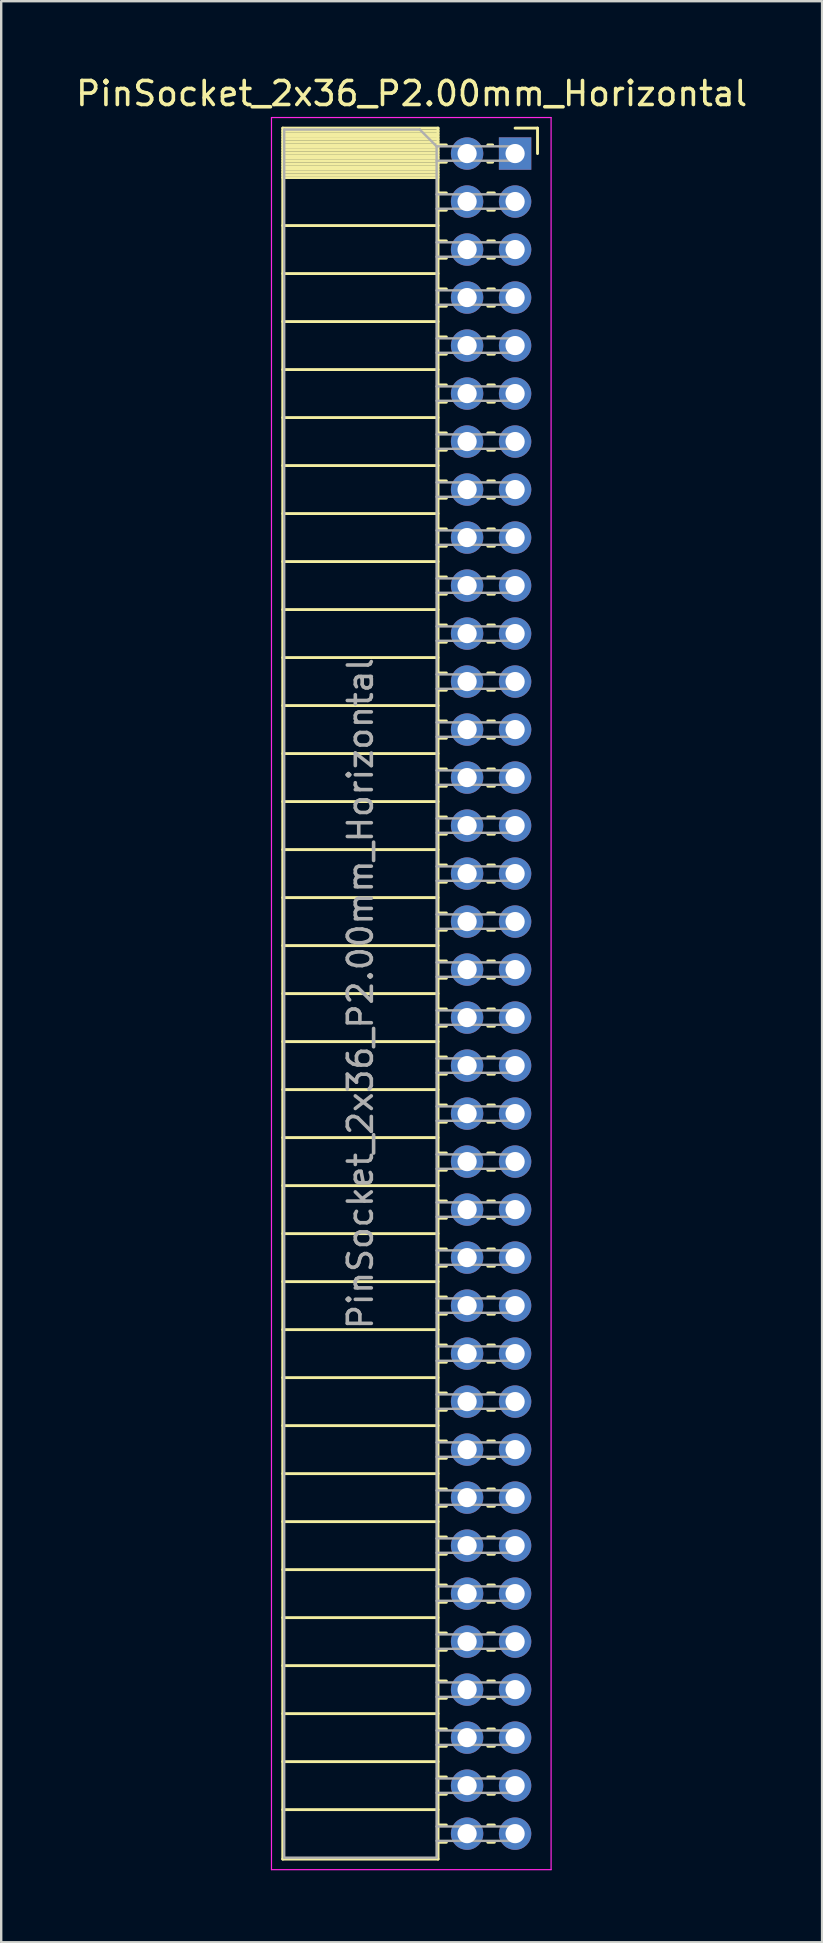
<source format=kicad_pcb>
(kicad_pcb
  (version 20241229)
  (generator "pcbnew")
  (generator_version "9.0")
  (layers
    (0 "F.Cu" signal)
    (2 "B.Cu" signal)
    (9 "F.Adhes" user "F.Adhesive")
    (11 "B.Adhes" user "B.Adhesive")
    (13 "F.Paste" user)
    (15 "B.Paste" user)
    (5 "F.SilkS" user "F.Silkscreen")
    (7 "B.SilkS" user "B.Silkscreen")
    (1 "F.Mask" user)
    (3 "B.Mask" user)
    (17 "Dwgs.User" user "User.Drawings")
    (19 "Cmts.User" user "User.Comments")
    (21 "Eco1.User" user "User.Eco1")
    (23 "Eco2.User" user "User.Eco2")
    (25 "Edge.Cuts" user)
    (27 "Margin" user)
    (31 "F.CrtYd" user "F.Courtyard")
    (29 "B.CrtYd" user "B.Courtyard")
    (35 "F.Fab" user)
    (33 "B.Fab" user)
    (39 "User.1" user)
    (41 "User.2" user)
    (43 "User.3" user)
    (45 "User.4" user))
  (footprint "PinSocket_2x36_P2.00mm_Horizontal"
    (layer "F.Cu")
    (at 18.411 3.348)
    (property "Reference" "PinSocket_2x36_P2.00mm_Horizontal" (at -4.31 -2.5 0) (layer "F.SilkS") (effects (font (size 1 1) (thickness 0.15))))
    (attr through_hole)
    (fp_line (start -9.68 -1.06) (end -9.68 71.06) (stroke (width 0.12) (type solid)) (layer "F.SilkS"))
    (fp_line (start -9.68 -1.06) (end -3.21 -1.06) (stroke (width 0.12) (type solid)) (layer "F.SilkS"))
    (fp_line (start -9.68 -0.94) (end -3.21 -0.94) (stroke (width 0.12) (type solid)) (layer "F.SilkS"))
    (fp_line (start -9.68 -0.826) (end -3.21 -0.826) (stroke (width 0.12) (type solid)) (layer "F.SilkS"))
    (fp_line (start -9.68 -0.712) (end -3.21 -0.712) (stroke (width 0.12) (type solid)) (layer "F.SilkS"))
    (fp_line (start -9.68 -0.598) (end -3.21 -0.598) (stroke (width 0.12) (type solid)) (layer "F.SilkS"))
    (fp_line (start -9.68 -0.484) (end -3.21 -0.484) (stroke (width 0.12) (type solid)) (layer "F.SilkS"))
    (fp_line (start -9.68 -0.369) (end -3.21 -0.369) (stroke (width 0.12) (type solid)) (layer "F.SilkS"))
    (fp_line (start -9.68 -0.255) (end -3.21 -0.255) (stroke (width 0.12) (type solid)) (layer "F.SilkS"))
    (fp_line (start -9.68 -0.141) (end -3.21 -0.141) (stroke (width 0.12) (type solid)) (layer "F.SilkS"))
    (fp_line (start -9.68 -0.027) (end -3.21 -0.027) (stroke (width 0.12) (type solid)) (layer "F.SilkS"))
    (fp_line (start -9.68 0.087) (end -3.21 0.087) (stroke (width 0.12) (type solid)) (layer "F.SilkS"))
    (fp_line (start -9.68 0.201) (end -3.21 0.201) (stroke (width 0.12) (type solid)) (layer "F.SilkS"))
    (fp_line (start -9.68 0.315) (end -3.21 0.315) (stroke (width 0.12) (type solid)) (layer "F.SilkS"))
    (fp_line (start -9.68 0.429) (end -3.21 0.429) (stroke (width 0.12) (type solid)) (layer "F.SilkS"))
    (fp_line (start -9.68 0.544) (end -3.21 0.544) (stroke (width 0.12) (type solid)) (layer "F.SilkS"))
    (fp_line (start -9.68 0.658) (end -3.21 0.658) (stroke (width 0.12) (type solid)) (layer "F.SilkS"))
    (fp_line (start -9.68 0.772) (end -3.21 0.772) (stroke (width 0.12) (type solid)) (layer "F.SilkS"))
    (fp_line (start -9.68 0.886) (end -3.21 0.886) (stroke (width 0.12) (type solid)) (layer "F.SilkS"))
    (fp_line (start -9.68 1) (end -3.21 1) (stroke (width 0.12) (type solid)) (layer "F.SilkS"))
    (fp_line (start -9.68 3) (end -3.21 3) (stroke (width 0.12) (type solid)) (layer "F.SilkS"))
    (fp_line (start -9.68 5) (end -3.21 5) (stroke (width 0.12) (type solid)) (layer "F.SilkS"))
    (fp_line (start -9.68 7) (end -3.21 7) (stroke (width 0.12) (type solid)) (layer "F.SilkS"))
    (fp_line (start -9.68 9) (end -3.21 9) (stroke (width 0.12) (type solid)) (layer "F.SilkS"))
    (fp_line (start -9.68 11) (end -3.21 11) (stroke (width 0.12) (type solid)) (layer "F.SilkS"))
    (fp_line (start -9.68 13) (end -3.21 13) (stroke (width 0.12) (type solid)) (layer "F.SilkS"))
    (fp_line (start -9.68 15) (end -3.21 15) (stroke (width 0.12) (type solid)) (layer "F.SilkS"))
    (fp_line (start -9.68 17) (end -3.21 17) (stroke (width 0.12) (type solid)) (layer "F.SilkS"))
    (fp_line (start -9.68 19) (end -3.21 19) (stroke (width 0.12) (type solid)) (layer "F.SilkS"))
    (fp_line (start -9.68 21) (end -3.21 21) (stroke (width 0.12) (type solid)) (layer "F.SilkS"))
    (fp_line (start -9.68 23) (end -3.21 23) (stroke (width 0.12) (type solid)) (layer "F.SilkS"))
    (fp_line (start -9.68 25) (end -3.21 25) (stroke (width 0.12) (type solid)) (layer "F.SilkS"))
    (fp_line (start -9.68 27) (end -3.21 27) (stroke (width 0.12) (type solid)) (layer "F.SilkS"))
    (fp_line (start -9.68 29) (end -3.21 29) (stroke (width 0.12) (type solid)) (layer "F.SilkS"))
    (fp_line (start -9.68 31) (end -3.21 31) (stroke (width 0.12) (type solid)) (layer "F.SilkS"))
    (fp_line (start -9.68 33) (end -3.21 33) (stroke (width 0.12) (type solid)) (layer "F.SilkS"))
    (fp_line (start -9.68 35) (end -3.21 35) (stroke (width 0.12) (type solid)) (layer "F.SilkS"))
    (fp_line (start -9.68 37) (end -3.21 37) (stroke (width 0.12) (type solid)) (layer "F.SilkS"))
    (fp_line (start -9.68 39) (end -3.21 39) (stroke (width 0.12) (type solid)) (layer "F.SilkS"))
    (fp_line (start -9.68 41) (end -3.21 41) (stroke (width 0.12) (type solid)) (layer "F.SilkS"))
    (fp_line (start -9.68 43) (end -3.21 43) (stroke (width 0.12) (type solid)) (layer "F.SilkS"))
    (fp_line (start -9.68 45) (end -3.21 45) (stroke (width 0.12) (type solid)) (layer "F.SilkS"))
    (fp_line (start -9.68 47) (end -3.21 47) (stroke (width 0.12) (type solid)) (layer "F.SilkS"))
    (fp_line (start -9.68 49) (end -3.21 49) (stroke (width 0.12) (type solid)) (layer "F.SilkS"))
    (fp_line (start -9.68 51) (end -3.21 51) (stroke (width 0.12) (type solid)) (layer "F.SilkS"))
    (fp_line (start -9.68 53) (end -3.21 53) (stroke (width 0.12) (type solid)) (layer "F.SilkS"))
    (fp_line (start -9.68 55) (end -3.21 55) (stroke (width 0.12) (type solid)) (layer "F.SilkS"))
    (fp_line (start -9.68 57) (end -3.21 57) (stroke (width 0.12) (type solid)) (layer "F.SilkS"))
    (fp_line (start -9.68 59) (end -3.21 59) (stroke (width 0.12) (type solid)) (layer "F.SilkS"))
    (fp_line (start -9.68 61) (end -3.21 61) (stroke (width 0.12) (type solid)) (layer "F.SilkS"))
    (fp_line (start -9.68 63) (end -3.21 63) (stroke (width 0.12) (type solid)) (layer "F.SilkS"))
    (fp_line (start -9.68 65) (end -3.21 65) (stroke (width 0.12) (type solid)) (layer "F.SilkS"))
    (fp_line (start -9.68 67) (end -3.21 67) (stroke (width 0.12) (type solid)) (layer "F.SilkS"))
    (fp_line (start -9.68 69) (end -3.21 69) (stroke (width 0.12) (type solid)) (layer "F.SilkS"))
    (fp_line (start -9.68 71.06) (end -3.21 71.06) (stroke (width 0.12) (type solid)) (layer "F.SilkS"))
    (fp_line (start -3.21 -1.06) (end -3.21 71.06) (stroke (width 0.12) (type solid)) (layer "F.SilkS"))
    (fp_line (start -3.21 -0.36) (end -2.863 -0.36) (stroke (width 0.12) (type solid)) (layer "F.SilkS"))
    (fp_line (start -3.21 0.36) (end -2.863 0.36) (stroke (width 0.12) (type solid)) (layer "F.SilkS"))
    (fp_line (start -3.21 1.64) (end -2.863 1.64) (stroke (width 0.12) (type solid)) (layer "F.SilkS"))
    (fp_line (start -3.21 2.36) (end -2.863 2.36) (stroke (width 0.12) (type solid)) (layer "F.SilkS"))
    (fp_line (start -3.21 3.64) (end -2.863 3.64) (stroke (width 0.12) (type solid)) (layer "F.SilkS"))
    (fp_line (start -3.21 4.36) (end -2.863 4.36) (stroke (width 0.12) (type solid)) (layer "F.SilkS"))
    (fp_line (start -3.21 5.64) (end -2.863 5.64) (stroke (width 0.12) (type solid)) (layer "F.SilkS"))
    (fp_line (start -3.21 6.36) (end -2.863 6.36) (stroke (width 0.12) (type solid)) (layer "F.SilkS"))
    (fp_line (start -3.21 7.64) (end -2.863 7.64) (stroke (width 0.12) (type solid)) (layer "F.SilkS"))
    (fp_line (start -3.21 8.36) (end -2.863 8.36) (stroke (width 0.12) (type solid)) (layer "F.SilkS"))
    (fp_line (start -3.21 9.64) (end -2.863 9.64) (stroke (width 0.12) (type solid)) (layer "F.SilkS"))
    (fp_line (start -3.21 10.36) (end -2.863 10.36) (stroke (width 0.12) (type solid)) (layer "F.SilkS"))
    (fp_line (start -3.21 11.64) (end -2.863 11.64) (stroke (width 0.12) (type solid)) (layer "F.SilkS"))
    (fp_line (start -3.21 12.36) (end -2.863 12.36) (stroke (width 0.12) (type solid)) (layer "F.SilkS"))
    (fp_line (start -3.21 13.64) (end -2.863 13.64) (stroke (width 0.12) (type solid)) (layer "F.SilkS"))
    (fp_line (start -3.21 14.36) (end -2.863 14.36) (stroke (width 0.12) (type solid)) (layer "F.SilkS"))
    (fp_line (start -3.21 15.64) (end -2.863 15.64) (stroke (width 0.12) (type solid)) (layer "F.SilkS"))
    (fp_line (start -3.21 16.36) (end -2.863 16.36) (stroke (width 0.12) (type solid)) (layer "F.SilkS"))
    (fp_line (start -3.21 17.64) (end -2.863 17.64) (stroke (width 0.12) (type solid)) (layer "F.SilkS"))
    (fp_line (start -3.21 18.36) (end -2.863 18.36) (stroke (width 0.12) (type solid)) (layer "F.SilkS"))
    (fp_line (start -3.21 19.64) (end -2.863 19.64) (stroke (width 0.12) (type solid)) (layer "F.SilkS"))
    (fp_line (start -3.21 20.36) (end -2.863 20.36) (stroke (width 0.12) (type solid)) (layer "F.SilkS"))
    (fp_line (start -3.21 21.64) (end -2.863 21.64) (stroke (width 0.12) (type solid)) (layer "F.SilkS"))
    (fp_line (start -3.21 22.36) (end -2.863 22.36) (stroke (width 0.12) (type solid)) (layer "F.SilkS"))
    (fp_line (start -3.21 23.64) (end -2.863 23.64) (stroke (width 0.12) (type solid)) (layer "F.SilkS"))
    (fp_line (start -3.21 24.36) (end -2.863 24.36) (stroke (width 0.12) (type solid)) (layer "F.SilkS"))
    (fp_line (start -3.21 25.64) (end -2.863 25.64) (stroke (width 0.12) (type solid)) (layer "F.SilkS"))
    (fp_line (start -3.21 26.36) (end -2.863 26.36) (stroke (width 0.12) (type solid)) (layer "F.SilkS"))
    (fp_line (start -3.21 27.64) (end -2.863 27.64) (stroke (width 0.12) (type solid)) (layer "F.SilkS"))
    (fp_line (start -3.21 28.36) (end -2.863 28.36) (stroke (width 0.12) (type solid)) (layer "F.SilkS"))
    (fp_line (start -3.21 29.64) (end -2.863 29.64) (stroke (width 0.12) (type solid)) (layer "F.SilkS"))
    (fp_line (start -3.21 30.36) (end -2.863 30.36) (stroke (width 0.12) (type solid)) (layer "F.SilkS"))
    (fp_line (start -3.21 31.64) (end -2.863 31.64) (stroke (width 0.12) (type solid)) (layer "F.SilkS"))
    (fp_line (start -3.21 32.36) (end -2.863 32.36) (stroke (width 0.12) (type solid)) (layer "F.SilkS"))
    (fp_line (start -3.21 33.64) (end -2.863 33.64) (stroke (width 0.12) (type solid)) (layer "F.SilkS"))
    (fp_line (start -3.21 34.36) (end -2.863 34.36) (stroke (width 0.12) (type solid)) (layer "F.SilkS"))
    (fp_line (start -3.21 35.64) (end -2.863 35.64) (stroke (width 0.12) (type solid)) (layer "F.SilkS"))
    (fp_line (start -3.21 36.36) (end -2.863 36.36) (stroke (width 0.12) (type solid)) (layer "F.SilkS"))
    (fp_line (start -3.21 37.64) (end -2.863 37.64) (stroke (width 0.12) (type solid)) (layer "F.SilkS"))
    (fp_line (start -3.21 38.36) (end -2.863 38.36) (stroke (width 0.12) (type solid)) (layer "F.SilkS"))
    (fp_line (start -3.21 39.64) (end -2.863 39.64) (stroke (width 0.12) (type solid)) (layer "F.SilkS"))
    (fp_line (start -3.21 40.36) (end -2.863 40.36) (stroke (width 0.12) (type solid)) (layer "F.SilkS"))
    (fp_line (start -3.21 41.64) (end -2.863 41.64) (stroke (width 0.12) (type solid)) (layer "F.SilkS"))
    (fp_line (start -3.21 42.36) (end -2.863 42.36) (stroke (width 0.12) (type solid)) (layer "F.SilkS"))
    (fp_line (start -3.21 43.64) (end -2.863 43.64) (stroke (width 0.12) (type solid)) (layer "F.SilkS"))
    (fp_line (start -3.21 44.36) (end -2.863 44.36) (stroke (width 0.12) (type solid)) (layer "F.SilkS"))
    (fp_line (start -3.21 45.64) (end -2.863 45.64) (stroke (width 0.12) (type solid)) (layer "F.SilkS"))
    (fp_line (start -3.21 46.36) (end -2.863 46.36) (stroke (width 0.12) (type solid)) (layer "F.SilkS"))
    (fp_line (start -3.21 47.64) (end -2.863 47.64) (stroke (width 0.12) (type solid)) (layer "F.SilkS"))
    (fp_line (start -3.21 48.36) (end -2.863 48.36) (stroke (width 0.12) (type solid)) (layer "F.SilkS"))
    (fp_line (start -3.21 49.64) (end -2.863 49.64) (stroke (width 0.12) (type solid)) (layer "F.SilkS"))
    (fp_line (start -3.21 50.36) (end -2.863 50.36) (stroke (width 0.12) (type solid)) (layer "F.SilkS"))
    (fp_line (start -3.21 51.64) (end -2.863 51.64) (stroke (width 0.12) (type solid)) (layer "F.SilkS"))
    (fp_line (start -3.21 52.36) (end -2.863 52.36) (stroke (width 0.12) (type solid)) (layer "F.SilkS"))
    (fp_line (start -3.21 53.64) (end -2.863 53.64) (stroke (width 0.12) (type solid)) (layer "F.SilkS"))
    (fp_line (start -3.21 54.36) (end -2.863 54.36) (stroke (width 0.12) (type solid)) (layer "F.SilkS"))
    (fp_line (start -3.21 55.64) (end -2.863 55.64) (stroke (width 0.12) (type solid)) (layer "F.SilkS"))
    (fp_line (start -3.21 56.36) (end -2.863 56.36) (stroke (width 0.12) (type solid)) (layer "F.SilkS"))
    (fp_line (start -3.21 57.64) (end -2.863 57.64) (stroke (width 0.12) (type solid)) (layer "F.SilkS"))
    (fp_line (start -3.21 58.36) (end -2.863 58.36) (stroke (width 0.12) (type solid)) (layer "F.SilkS"))
    (fp_line (start -3.21 59.64) (end -2.863 59.64) (stroke (width 0.12) (type solid)) (layer "F.SilkS"))
    (fp_line (start -3.21 60.36) (end -2.863 60.36) (stroke (width 0.12) (type solid)) (layer "F.SilkS"))
    (fp_line (start -3.21 61.64) (end -2.863 61.64) (stroke (width 0.12) (type solid)) (layer "F.SilkS"))
    (fp_line (start -3.21 62.36) (end -2.863 62.36) (stroke (width 0.12) (type solid)) (layer "F.SilkS"))
    (fp_line (start -3.21 63.64) (end -2.863 63.64) (stroke (width 0.12) (type solid)) (layer "F.SilkS"))
    (fp_line (start -3.21 64.36) (end -2.863 64.36) (stroke (width 0.12) (type solid)) (layer "F.SilkS"))
    (fp_line (start -3.21 65.64) (end -2.863 65.64) (stroke (width 0.12) (type solid)) (layer "F.SilkS"))
    (fp_line (start -3.21 66.36) (end -2.863 66.36) (stroke (width 0.12) (type solid)) (layer "F.SilkS"))
    (fp_line (start -3.21 67.64) (end -2.863 67.64) (stroke (width 0.12) (type solid)) (layer "F.SilkS"))
    (fp_line (start -3.21 68.36) (end -2.863 68.36) (stroke (width 0.12) (type solid)) (layer "F.SilkS"))
    (fp_line (start -3.21 69.64) (end -2.863 69.64) (stroke (width 0.12) (type solid)) (layer "F.SilkS"))
    (fp_line (start -3.21 70.36) (end -2.863 70.36) (stroke (width 0.12) (type solid)) (layer "F.SilkS"))
    (fp_line (start -1.137 -0.36) (end -0.935 -0.36) (stroke (width 0.12) (type solid)) (layer "F.SilkS"))
    (fp_line (start -1.137 0.36) (end -0.935 0.36) (stroke (width 0.12) (type solid)) (layer "F.SilkS"))
    (fp_line (start -1.137 1.64) (end -0.863 1.64) (stroke (width 0.12) (type solid)) (layer "F.SilkS"))
    (fp_line (start -1.137 2.36) (end -0.863 2.36) (stroke (width 0.12) (type solid)) (layer "F.SilkS"))
    (fp_line (start -1.137 3.64) (end -0.863 3.64) (stroke (width 0.12) (type solid)) (layer "F.SilkS"))
    (fp_line (start -1.137 4.36) (end -0.863 4.36) (stroke (width 0.12) (type solid)) (layer "F.SilkS"))
    (fp_line (start -1.137 5.64) (end -0.863 5.64) (stroke (width 0.12) (type solid)) (layer "F.SilkS"))
    (fp_line (start -1.137 6.36) (end -0.863 6.36) (stroke (width 0.12) (type solid)) (layer "F.SilkS"))
    (fp_line (start -1.137 7.64) (end -0.863 7.64) (stroke (width 0.12) (type solid)) (layer "F.SilkS"))
    (fp_line (start -1.137 8.36) (end -0.863 8.36) (stroke (width 0.12) (type solid)) (layer "F.SilkS"))
    (fp_line (start -1.137 9.64) (end -0.863 9.64) (stroke (width 0.12) (type solid)) (layer "F.SilkS"))
    (fp_line (start -1.137 10.36) (end -0.863 10.36) (stroke (width 0.12) (type solid)) (layer "F.SilkS"))
    (fp_line (start -1.137 11.64) (end -0.863 11.64) (stroke (width 0.12) (type solid)) (layer "F.SilkS"))
    (fp_line (start -1.137 12.36) (end -0.863 12.36) (stroke (width 0.12) (type solid)) (layer "F.SilkS"))
    (fp_line (start -1.137 13.64) (end -0.863 13.64) (stroke (width 0.12) (type solid)) (layer "F.SilkS"))
    (fp_line (start -1.137 14.36) (end -0.863 14.36) (stroke (width 0.12) (type solid)) (layer "F.SilkS"))
    (fp_line (start -1.137 15.64) (end -0.863 15.64) (stroke (width 0.12) (type solid)) (layer "F.SilkS"))
    (fp_line (start -1.137 16.36) (end -0.863 16.36) (stroke (width 0.12) (type solid)) (layer "F.SilkS"))
    (fp_line (start -1.137 17.64) (end -0.863 17.64) (stroke (width 0.12) (type solid)) (layer "F.SilkS"))
    (fp_line (start -1.137 18.36) (end -0.863 18.36) (stroke (width 0.12) (type solid)) (layer "F.SilkS"))
    (fp_line (start -1.137 19.64) (end -0.863 19.64) (stroke (width 0.12) (type solid)) (layer "F.SilkS"))
    (fp_line (start -1.137 20.36) (end -0.863 20.36) (stroke (width 0.12) (type solid)) (layer "F.SilkS"))
    (fp_line (start -1.137 21.64) (end -0.863 21.64) (stroke (width 0.12) (type solid)) (layer "F.SilkS"))
    (fp_line (start -1.137 22.36) (end -0.863 22.36) (stroke (width 0.12) (type solid)) (layer "F.SilkS"))
    (fp_line (start -1.137 23.64) (end -0.863 23.64) (stroke (width 0.12) (type solid)) (layer "F.SilkS"))
    (fp_line (start -1.137 24.36) (end -0.863 24.36) (stroke (width 0.12) (type solid)) (layer "F.SilkS"))
    (fp_line (start -1.137 25.64) (end -0.863 25.64) (stroke (width 0.12) (type solid)) (layer "F.SilkS"))
    (fp_line (start -1.137 26.36) (end -0.863 26.36) (stroke (width 0.12) (type solid)) (layer "F.SilkS"))
    (fp_line (start -1.137 27.64) (end -0.863 27.64) (stroke (width 0.12) (type solid)) (layer "F.SilkS"))
    (fp_line (start -1.137 28.36) (end -0.863 28.36) (stroke (width 0.12) (type solid)) (layer "F.SilkS"))
    (fp_line (start -1.137 29.64) (end -0.863 29.64) (stroke (width 0.12) (type solid)) (layer "F.SilkS"))
    (fp_line (start -1.137 30.36) (end -0.863 30.36) (stroke (width 0.12) (type solid)) (layer "F.SilkS"))
    (fp_line (start -1.137 31.64) (end -0.863 31.64) (stroke (width 0.12) (type solid)) (layer "F.SilkS"))
    (fp_line (start -1.137 32.36) (end -0.863 32.36) (stroke (width 0.12) (type solid)) (layer "F.SilkS"))
    (fp_line (start -1.137 33.64) (end -0.863 33.64) (stroke (width 0.12) (type solid)) (layer "F.SilkS"))
    (fp_line (start -1.137 34.36) (end -0.863 34.36) (stroke (width 0.12) (type solid)) (layer "F.SilkS"))
    (fp_line (start -1.137 35.64) (end -0.863 35.64) (stroke (width 0.12) (type solid)) (layer "F.SilkS"))
    (fp_line (start -1.137 36.36) (end -0.863 36.36) (stroke (width 0.12) (type solid)) (layer "F.SilkS"))
    (fp_line (start -1.137 37.64) (end -0.863 37.64) (stroke (width 0.12) (type solid)) (layer "F.SilkS"))
    (fp_line (start -1.137 38.36) (end -0.863 38.36) (stroke (width 0.12) (type solid)) (layer "F.SilkS"))
    (fp_line (start -1.137 39.64) (end -0.863 39.64) (stroke (width 0.12) (type solid)) (layer "F.SilkS"))
    (fp_line (start -1.137 40.36) (end -0.863 40.36) (stroke (width 0.12) (type solid)) (layer "F.SilkS"))
    (fp_line (start -1.137 41.64) (end -0.863 41.64) (stroke (width 0.12) (type solid)) (layer "F.SilkS"))
    (fp_line (start -1.137 42.36) (end -0.863 42.36) (stroke (width 0.12) (type solid)) (layer "F.SilkS"))
    (fp_line (start -1.137 43.64) (end -0.863 43.64) (stroke (width 0.12) (type solid)) (layer "F.SilkS"))
    (fp_line (start -1.137 44.36) (end -0.863 44.36) (stroke (width 0.12) (type solid)) (layer "F.SilkS"))
    (fp_line (start -1.137 45.64) (end -0.863 45.64) (stroke (width 0.12) (type solid)) (layer "F.SilkS"))
    (fp_line (start -1.137 46.36) (end -0.863 46.36) (stroke (width 0.12) (type solid)) (layer "F.SilkS"))
    (fp_line (start -1.137 47.64) (end -0.863 47.64) (stroke (width 0.12) (type solid)) (layer "F.SilkS"))
    (fp_line (start -1.137 48.36) (end -0.863 48.36) (stroke (width 0.12) (type solid)) (layer "F.SilkS"))
    (fp_line (start -1.137 49.64) (end -0.863 49.64) (stroke (width 0.12) (type solid)) (layer "F.SilkS"))
    (fp_line (start -1.137 50.36) (end -0.863 50.36) (stroke (width 0.12) (type solid)) (layer "F.SilkS"))
    (fp_line (start -1.137 51.64) (end -0.863 51.64) (stroke (width 0.12) (type solid)) (layer "F.SilkS"))
    (fp_line (start -1.137 52.36) (end -0.863 52.36) (stroke (width 0.12) (type solid)) (layer "F.SilkS"))
    (fp_line (start -1.137 53.64) (end -0.863 53.64) (stroke (width 0.12) (type solid)) (layer "F.SilkS"))
    (fp_line (start -1.137 54.36) (end -0.863 54.36) (stroke (width 0.12) (type solid)) (layer "F.SilkS"))
    (fp_line (start -1.137 55.64) (end -0.863 55.64) (stroke (width 0.12) (type solid)) (layer "F.SilkS"))
    (fp_line (start -1.137 56.36) (end -0.863 56.36) (stroke (width 0.12) (type solid)) (layer "F.SilkS"))
    (fp_line (start -1.137 57.64) (end -0.863 57.64) (stroke (width 0.12) (type solid)) (layer "F.SilkS"))
    (fp_line (start -1.137 58.36) (end -0.863 58.36) (stroke (width 0.12) (type solid)) (layer "F.SilkS"))
    (fp_line (start -1.137 59.64) (end -0.863 59.64) (stroke (width 0.12) (type solid)) (layer "F.SilkS"))
    (fp_line (start -1.137 60.36) (end -0.863 60.36) (stroke (width 0.12) (type solid)) (layer "F.SilkS"))
    (fp_line (start -1.137 61.64) (end -0.863 61.64) (stroke (width 0.12) (type solid)) (layer "F.SilkS"))
    (fp_line (start -1.137 62.36) (end -0.863 62.36) (stroke (width 0.12) (type solid)) (layer "F.SilkS"))
    (fp_line (start -1.137 63.64) (end -0.863 63.64) (stroke (width 0.12) (type solid)) (layer "F.SilkS"))
    (fp_line (start -1.137 64.36) (end -0.863 64.36) (stroke (width 0.12) (type solid)) (layer "F.SilkS"))
    (fp_line (start -1.137 65.64) (end -0.863 65.64) (stroke (width 0.12) (type solid)) (layer "F.SilkS"))
    (fp_line (start -1.137 66.36) (end -0.863 66.36) (stroke (width 0.12) (type solid)) (layer "F.SilkS"))
    (fp_line (start -1.137 67.64) (end -0.863 67.64) (stroke (width 0.12) (type solid)) (layer "F.SilkS"))
    (fp_line (start -1.137 68.36) (end -0.863 68.36) (stroke (width 0.12) (type solid)) (layer "F.SilkS"))
    (fp_line (start -1.137 69.64) (end -0.863 69.64) (stroke (width 0.12) (type solid)) (layer "F.SilkS"))
    (fp_line (start -1.137 70.36) (end -0.863 70.36) (stroke (width 0.12) (type solid)) (layer "F.SilkS"))
    (fp_line (start 0 -1.06) (end 0.935 -1.06) (stroke (width 0.12) (type solid)) (layer "F.SilkS"))
    (fp_line (start 0.935 -1.06) (end 0.935 0) (stroke (width 0.12) (type solid)) (layer "F.SilkS"))
    (fp_line (start -10.15 -1.5) (end -10.15 71.5) (stroke (width 0.05) (type solid)) (layer "F.CrtYd"))
    (fp_line (start -10.15 71.5) (end 1.5 71.5) (stroke (width 0.05) (type solid)) (layer "F.CrtYd"))
    (fp_line (start 1.5 -1.5) (end -10.15 -1.5) (stroke (width 0.05) (type solid)) (layer "F.CrtYd"))
    (fp_line (start 1.5 71.5) (end 1.5 -1.5) (stroke (width 0.05) (type solid)) (layer "F.CrtYd"))
    (fp_line (start -9.62 -1) (end -3.97 -1) (stroke (width 0.1) (type solid)) (layer "F.Fab"))
    (fp_line (start -9.62 71) (end -9.62 -1) (stroke (width 0.1) (type solid)) (layer "F.Fab"))
    (fp_line (start -3.97 -1) (end -3.27 -0.3) (stroke (width 0.1) (type solid)) (layer "F.Fab"))
    (fp_line (start -3.27 -0.3) (end -3.27 71) (stroke (width 0.1) (type solid)) (layer "F.Fab"))
    (fp_line (start -3.27 0.3) (end 0 0.3) (stroke (width 0.1) (type solid)) (layer "F.Fab"))
    (fp_line (start -3.27 2.3) (end 0 2.3) (stroke (width 0.1) (type solid)) (layer "F.Fab"))
    (fp_line (start -3.27 4.3) (end 0 4.3) (stroke (width 0.1) (type solid)) (layer "F.Fab"))
    (fp_line (start -3.27 6.3) (end 0 6.3) (stroke (width 0.1) (type solid)) (layer "F.Fab"))
    (fp_line (start -3.27 8.3) (end 0 8.3) (stroke (width 0.1) (type solid)) (layer "F.Fab"))
    (fp_line (start -3.27 10.3) (end 0 10.3) (stroke (width 0.1) (type solid)) (layer "F.Fab"))
    (fp_line (start -3.27 12.3) (end 0 12.3) (stroke (width 0.1) (type solid)) (layer "F.Fab"))
    (fp_line (start -3.27 14.3) (end 0 14.3) (stroke (width 0.1) (type solid)) (layer "F.Fab"))
    (fp_line (start -3.27 16.3) (end 0 16.3) (stroke (width 0.1) (type solid)) (layer "F.Fab"))
    (fp_line (start -3.27 18.3) (end 0 18.3) (stroke (width 0.1) (type solid)) (layer "F.Fab"))
    (fp_line (start -3.27 20.3) (end 0 20.3) (stroke (width 0.1) (type solid)) (layer "F.Fab"))
    (fp_line (start -3.27 22.3) (end 0 22.3) (stroke (width 0.1) (type solid)) (layer "F.Fab"))
    (fp_line (start -3.27 24.3) (end 0 24.3) (stroke (width 0.1) (type solid)) (layer "F.Fab"))
    (fp_line (start -3.27 26.3) (end 0 26.3) (stroke (width 0.1) (type solid)) (layer "F.Fab"))
    (fp_line (start -3.27 28.3) (end 0 28.3) (stroke (width 0.1) (type solid)) (layer "F.Fab"))
    (fp_line (start -3.27 30.3) (end 0 30.3) (stroke (width 0.1) (type solid)) (layer "F.Fab"))
    (fp_line (start -3.27 32.3) (end 0 32.3) (stroke (width 0.1) (type solid)) (layer "F.Fab"))
    (fp_line (start -3.27 34.3) (end 0 34.3) (stroke (width 0.1) (type solid)) (layer "F.Fab"))
    (fp_line (start -3.27 36.3) (end 0 36.3) (stroke (width 0.1) (type solid)) (layer "F.Fab"))
    (fp_line (start -3.27 38.3) (end 0 38.3) (stroke (width 0.1) (type solid)) (layer "F.Fab"))
    (fp_line (start -3.27 40.3) (end 0 40.3) (stroke (width 0.1) (type solid)) (layer "F.Fab"))
    (fp_line (start -3.27 42.3) (end 0 42.3) (stroke (width 0.1) (type solid)) (layer "F.Fab"))
    (fp_line (start -3.27 44.3) (end 0 44.3) (stroke (width 0.1) (type solid)) (layer "F.Fab"))
    (fp_line (start -3.27 46.3) (end 0 46.3) (stroke (width 0.1) (type solid)) (layer "F.Fab"))
    (fp_line (start -3.27 48.3) (end 0 48.3) (stroke (width 0.1) (type solid)) (layer "F.Fab"))
    (fp_line (start -3.27 50.3) (end 0 50.3) (stroke (width 0.1) (type solid)) (layer "F.Fab"))
    (fp_line (start -3.27 52.3) (end 0 52.3) (stroke (width 0.1) (type solid)) (layer "F.Fab"))
    (fp_line (start -3.27 54.3) (end 0 54.3) (stroke (width 0.1) (type solid)) (layer "F.Fab"))
    (fp_line (start -3.27 56.3) (end 0 56.3) (stroke (width 0.1) (type solid)) (layer "F.Fab"))
    (fp_line (start -3.27 58.3) (end 0 58.3) (stroke (width 0.1) (type solid)) (layer "F.Fab"))
    (fp_line (start -3.27 60.3) (end 0 60.3) (stroke (width 0.1) (type solid)) (layer "F.Fab"))
    (fp_line (start -3.27 62.3) (end 0 62.3) (stroke (width 0.1) (type solid)) (layer "F.Fab"))
    (fp_line (start -3.27 64.3) (end 0 64.3) (stroke (width 0.1) (type solid)) (layer "F.Fab"))
    (fp_line (start -3.27 66.3) (end 0 66.3) (stroke (width 0.1) (type solid)) (layer "F.Fab"))
    (fp_line (start -3.27 68.3) (end 0 68.3) (stroke (width 0.1) (type solid)) (layer "F.Fab"))
    (fp_line (start -3.27 70.3) (end 0 70.3) (stroke (width 0.1) (type solid)) (layer "F.Fab"))
    (fp_line (start -3.27 71) (end -9.62 71) (stroke (width 0.1) (type solid)) (layer "F.Fab"))
    (fp_line (start 0 -0.3) (end -3.27 -0.3) (stroke (width 0.1) (type solid)) (layer "F.Fab"))
    (fp_line (start 0 0.3) (end 0 -0.3) (stroke (width 0.1) (type solid)) (layer "F.Fab"))
    (fp_line (start 0 1.7) (end -3.27 1.7) (stroke (width 0.1) (type solid)) (layer "F.Fab"))
    (fp_line (start 0 2.3) (end 0 1.7) (stroke (width 0.1) (type solid)) (layer "F.Fab"))
    (fp_line (start 0 3.7) (end -3.27 3.7) (stroke (width 0.1) (type solid)) (layer "F.Fab"))
    (fp_line (start 0 4.3) (end 0 3.7) (stroke (width 0.1) (type solid)) (layer "F.Fab"))
    (fp_line (start 0 5.7) (end -3.27 5.7) (stroke (width 0.1) (type solid)) (layer "F.Fab"))
    (fp_line (start 0 6.3) (end 0 5.7) (stroke (width 0.1) (type solid)) (layer "F.Fab"))
    (fp_line (start 0 7.7) (end -3.27 7.7) (stroke (width 0.1) (type solid)) (layer "F.Fab"))
    (fp_line (start 0 8.3) (end 0 7.7) (stroke (width 0.1) (type solid)) (layer "F.Fab"))
    (fp_line (start 0 9.7) (end -3.27 9.7) (stroke (width 0.1) (type solid)) (layer "F.Fab"))
    (fp_line (start 0 10.3) (end 0 9.7) (stroke (width 0.1) (type solid)) (layer "F.Fab"))
    (fp_line (start 0 11.7) (end -3.27 11.7) (stroke (width 0.1) (type solid)) (layer "F.Fab"))
    (fp_line (start 0 12.3) (end 0 11.7) (stroke (width 0.1) (type solid)) (layer "F.Fab"))
    (fp_line (start 0 13.7) (end -3.27 13.7) (stroke (width 0.1) (type solid)) (layer "F.Fab"))
    (fp_line (start 0 14.3) (end 0 13.7) (stroke (width 0.1) (type solid)) (layer "F.Fab"))
    (fp_line (start 0 15.7) (end -3.27 15.7) (stroke (width 0.1) (type solid)) (layer "F.Fab"))
    (fp_line (start 0 16.3) (end 0 15.7) (stroke (width 0.1) (type solid)) (layer "F.Fab"))
    (fp_line (start 0 17.7) (end -3.27 17.7) (stroke (width 0.1) (type solid)) (layer "F.Fab"))
    (fp_line (start 0 18.3) (end 0 17.7) (stroke (width 0.1) (type solid)) (layer "F.Fab"))
    (fp_line (start 0 19.7) (end -3.27 19.7) (stroke (width 0.1) (type solid)) (layer "F.Fab"))
    (fp_line (start 0 20.3) (end 0 19.7) (stroke (width 0.1) (type solid)) (layer "F.Fab"))
    (fp_line (start 0 21.7) (end -3.27 21.7) (stroke (width 0.1) (type solid)) (layer "F.Fab"))
    (fp_line (start 0 22.3) (end 0 21.7) (stroke (width 0.1) (type solid)) (layer "F.Fab"))
    (fp_line (start 0 23.7) (end -3.27 23.7) (stroke (width 0.1) (type solid)) (layer "F.Fab"))
    (fp_line (start 0 24.3) (end 0 23.7) (stroke (width 0.1) (type solid)) (layer "F.Fab"))
    (fp_line (start 0 25.7) (end -3.27 25.7) (stroke (width 0.1) (type solid)) (layer "F.Fab"))
    (fp_line (start 0 26.3) (end 0 25.7) (stroke (width 0.1) (type solid)) (layer "F.Fab"))
    (fp_line (start 0 27.7) (end -3.27 27.7) (stroke (width 0.1) (type solid)) (layer "F.Fab"))
    (fp_line (start 0 28.3) (end 0 27.7) (stroke (width 0.1) (type solid)) (layer "F.Fab"))
    (fp_line (start 0 29.7) (end -3.27 29.7) (stroke (width 0.1) (type solid)) (layer "F.Fab"))
    (fp_line (start 0 30.3) (end 0 29.7) (stroke (width 0.1) (type solid)) (layer "F.Fab"))
    (fp_line (start 0 31.7) (end -3.27 31.7) (stroke (width 0.1) (type solid)) (layer "F.Fab"))
    (fp_line (start 0 32.3) (end 0 31.7) (stroke (width 0.1) (type solid)) (layer "F.Fab"))
    (fp_line (start 0 33.7) (end -3.27 33.7) (stroke (width 0.1) (type solid)) (layer "F.Fab"))
    (fp_line (start 0 34.3) (end 0 33.7) (stroke (width 0.1) (type solid)) (layer "F.Fab"))
    (fp_line (start 0 35.7) (end -3.27 35.7) (stroke (width 0.1) (type solid)) (layer "F.Fab"))
    (fp_line (start 0 36.3) (end 0 35.7) (stroke (width 0.1) (type solid)) (layer "F.Fab"))
    (fp_line (start 0 37.7) (end -3.27 37.7) (stroke (width 0.1) (type solid)) (layer "F.Fab"))
    (fp_line (start 0 38.3) (end 0 37.7) (stroke (width 0.1) (type solid)) (layer "F.Fab"))
    (fp_line (start 0 39.7) (end -3.27 39.7) (stroke (width 0.1) (type solid)) (layer "F.Fab"))
    (fp_line (start 0 40.3) (end 0 39.7) (stroke (width 0.1) (type solid)) (layer "F.Fab"))
    (fp_line (start 0 41.7) (end -3.27 41.7) (stroke (width 0.1) (type solid)) (layer "F.Fab"))
    (fp_line (start 0 42.3) (end 0 41.7) (stroke (width 0.1) (type solid)) (layer "F.Fab"))
    (fp_line (start 0 43.7) (end -3.27 43.7) (stroke (width 0.1) (type solid)) (layer "F.Fab"))
    (fp_line (start 0 44.3) (end 0 43.7) (stroke (width 0.1) (type solid)) (layer "F.Fab"))
    (fp_line (start 0 45.7) (end -3.27 45.7) (stroke (width 0.1) (type solid)) (layer "F.Fab"))
    (fp_line (start 0 46.3) (end 0 45.7) (stroke (width 0.1) (type solid)) (layer "F.Fab"))
    (fp_line (start 0 47.7) (end -3.27 47.7) (stroke (width 0.1) (type solid)) (layer "F.Fab"))
    (fp_line (start 0 48.3) (end 0 47.7) (stroke (width 0.1) (type solid)) (layer "F.Fab"))
    (fp_line (start 0 49.7) (end -3.27 49.7) (stroke (width 0.1) (type solid)) (layer "F.Fab"))
    (fp_line (start 0 50.3) (end 0 49.7) (stroke (width 0.1) (type solid)) (layer "F.Fab"))
    (fp_line (start 0 51.7) (end -3.27 51.7) (stroke (width 0.1) (type solid)) (layer "F.Fab"))
    (fp_line (start 0 52.3) (end 0 51.7) (stroke (width 0.1) (type solid)) (layer "F.Fab"))
    (fp_line (start 0 53.7) (end -3.27 53.7) (stroke (width 0.1) (type solid)) (layer "F.Fab"))
    (fp_line (start 0 54.3) (end 0 53.7) (stroke (width 0.1) (type solid)) (layer "F.Fab"))
    (fp_line (start 0 55.7) (end -3.27 55.7) (stroke (width 0.1) (type solid)) (layer "F.Fab"))
    (fp_line (start 0 56.3) (end 0 55.7) (stroke (width 0.1) (type solid)) (layer "F.Fab"))
    (fp_line (start 0 57.7) (end -3.27 57.7) (stroke (width 0.1) (type solid)) (layer "F.Fab"))
    (fp_line (start 0 58.3) (end 0 57.7) (stroke (width 0.1) (type solid)) (layer "F.Fab"))
    (fp_line (start 0 59.7) (end -3.27 59.7) (stroke (width 0.1) (type solid)) (layer "F.Fab"))
    (fp_line (start 0 60.3) (end 0 59.7) (stroke (width 0.1) (type solid)) (layer "F.Fab"))
    (fp_line (start 0 61.7) (end -3.27 61.7) (stroke (width 0.1) (type solid)) (layer "F.Fab"))
    (fp_line (start 0 62.3) (end 0 61.7) (stroke (width 0.1) (type solid)) (layer "F.Fab"))
    (fp_line (start 0 63.7) (end -3.27 63.7) (stroke (width 0.1) (type solid)) (layer "F.Fab"))
    (fp_line (start 0 64.3) (end 0 63.7) (stroke (width 0.1) (type solid)) (layer "F.Fab"))
    (fp_line (start 0 65.7) (end -3.27 65.7) (stroke (width 0.1) (type solid)) (layer "F.Fab"))
    (fp_line (start 0 66.3) (end 0 65.7) (stroke (width 0.1) (type solid)) (layer "F.Fab"))
    (fp_line (start 0 67.7) (end -3.27 67.7) (stroke (width 0.1) (type solid)) (layer "F.Fab"))
    (fp_line (start 0 68.3) (end 0 67.7) (stroke (width 0.1) (type solid)) (layer "F.Fab"))
    (fp_line (start 0 69.7) (end -3.27 69.7) (stroke (width 0.1) (type solid)) (layer "F.Fab"))
    (fp_line (start 0 70.3) (end 0 69.7) (stroke (width 0.1) (type solid)) (layer "F.Fab"))
    (fp_text user "${REFERENCE}" (at -6.445 35 90) (layer "F.Fab") (effects (font (size 1 1) (thickness 0.15))))
    (pad "1" thru_hole rect (at 0 0) (size 1.35 1.35) (drill 0.8) (layers "*.Cu" "*.Mask"))
    (pad "2" thru_hole circle (at -2 0) (size 1.35 1.35) (drill 0.8) (layers "*.Cu" "*.Mask"))
    (pad "3" thru_hole circle (at 0 2) (size 1.35 1.35) (drill 0.8) (layers "*.Cu" "*.Mask"))
    (pad "4" thru_hole circle (at -2 2) (size 1.35 1.35) (drill 0.8) (layers "*.Cu" "*.Mask"))
    (pad "5" thru_hole circle (at 0 4) (size 1.35 1.35) (drill 0.8) (layers "*.Cu" "*.Mask"))
    (pad "6" thru_hole circle (at -2 4) (size 1.35 1.35) (drill 0.8) (layers "*.Cu" "*.Mask"))
    (pad "7" thru_hole circle (at 0 6) (size 1.35 1.35) (drill 0.8) (layers "*.Cu" "*.Mask"))
    (pad "8" thru_hole circle (at -2 6) (size 1.35 1.35) (drill 0.8) (layers "*.Cu" "*.Mask"))
    (pad "9" thru_hole circle (at 0 8) (size 1.35 1.35) (drill 0.8) (layers "*.Cu" "*.Mask"))
    (pad "10" thru_hole circle (at -2 8) (size 1.35 1.35) (drill 0.8) (layers "*.Cu" "*.Mask"))
    (pad "11" thru_hole circle (at 0 10) (size 1.35 1.35) (drill 0.8) (layers "*.Cu" "*.Mask"))
    (pad "12" thru_hole circle (at -2 10) (size 1.35 1.35) (drill 0.8) (layers "*.Cu" "*.Mask"))
    (pad "13" thru_hole circle (at 0 12) (size 1.35 1.35) (drill 0.8) (layers "*.Cu" "*.Mask"))
    (pad "14" thru_hole circle (at -2 12) (size 1.35 1.35) (drill 0.8) (layers "*.Cu" "*.Mask"))
    (pad "15" thru_hole circle (at 0 14) (size 1.35 1.35) (drill 0.8) (layers "*.Cu" "*.Mask"))
    (pad "16" thru_hole circle (at -2 14) (size 1.35 1.35) (drill 0.8) (layers "*.Cu" "*.Mask"))
    (pad "17" thru_hole circle (at 0 16) (size 1.35 1.35) (drill 0.8) (layers "*.Cu" "*.Mask"))
    (pad "18" thru_hole circle (at -2 16) (size 1.35 1.35) (drill 0.8) (layers "*.Cu" "*.Mask"))
    (pad "19" thru_hole circle (at 0 18) (size 1.35 1.35) (drill 0.8) (layers "*.Cu" "*.Mask"))
    (pad "20" thru_hole circle (at -2 18) (size 1.35 1.35) (drill 0.8) (layers "*.Cu" "*.Mask"))
    (pad "21" thru_hole circle (at 0 20) (size 1.35 1.35) (drill 0.8) (layers "*.Cu" "*.Mask"))
    (pad "22" thru_hole circle (at -2 20) (size 1.35 1.35) (drill 0.8) (layers "*.Cu" "*.Mask"))
    (pad "23" thru_hole circle (at 0 22) (size 1.35 1.35) (drill 0.8) (layers "*.Cu" "*.Mask"))
    (pad "24" thru_hole circle (at -2 22) (size 1.35 1.35) (drill 0.8) (layers "*.Cu" "*.Mask"))
    (pad "25" thru_hole circle (at 0 24) (size 1.35 1.35) (drill 0.8) (layers "*.Cu" "*.Mask"))
    (pad "26" thru_hole circle (at -2 24) (size 1.35 1.35) (drill 0.8) (layers "*.Cu" "*.Mask"))
    (pad "27" thru_hole circle (at 0 26) (size 1.35 1.35) (drill 0.8) (layers "*.Cu" "*.Mask"))
    (pad "28" thru_hole circle (at -2 26) (size 1.35 1.35) (drill 0.8) (layers "*.Cu" "*.Mask"))
    (pad "29" thru_hole circle (at 0 28) (size 1.35 1.35) (drill 0.8) (layers "*.Cu" "*.Mask"))
    (pad "30" thru_hole circle (at -2 28) (size 1.35 1.35) (drill 0.8) (layers "*.Cu" "*.Mask"))
    (pad "31" thru_hole circle (at 0 30) (size 1.35 1.35) (drill 0.8) (layers "*.Cu" "*.Mask"))
    (pad "32" thru_hole circle (at -2 30) (size 1.35 1.35) (drill 0.8) (layers "*.Cu" "*.Mask"))
    (pad "33" thru_hole circle (at 0 32) (size 1.35 1.35) (drill 0.8) (layers "*.Cu" "*.Mask"))
    (pad "34" thru_hole circle (at -2 32) (size 1.35 1.35) (drill 0.8) (layers "*.Cu" "*.Mask"))
    (pad "35" thru_hole circle (at 0 34) (size 1.35 1.35) (drill 0.8) (layers "*.Cu" "*.Mask"))
    (pad "36" thru_hole circle (at -2 34) (size 1.35 1.35) (drill 0.8) (layers "*.Cu" "*.Mask"))
    (pad "37" thru_hole circle (at 0 36) (size 1.35 1.35) (drill 0.8) (layers "*.Cu" "*.Mask"))
    (pad "38" thru_hole circle (at -2 36) (size 1.35 1.35) (drill 0.8) (layers "*.Cu" "*.Mask"))
    (pad "39" thru_hole circle (at 0 38) (size 1.35 1.35) (drill 0.8) (layers "*.Cu" "*.Mask"))
    (pad "40" thru_hole circle (at -2 38) (size 1.35 1.35) (drill 0.8) (layers "*.Cu" "*.Mask"))
    (pad "41" thru_hole circle (at 0 40) (size 1.35 1.35) (drill 0.8) (layers "*.Cu" "*.Mask"))
    (pad "42" thru_hole circle (at -2 40) (size 1.35 1.35) (drill 0.8) (layers "*.Cu" "*.Mask"))
    (pad "43" thru_hole circle (at 0 42) (size 1.35 1.35) (drill 0.8) (layers "*.Cu" "*.Mask"))
    (pad "44" thru_hole circle (at -2 42) (size 1.35 1.35) (drill 0.8) (layers "*.Cu" "*.Mask"))
    (pad "45" thru_hole circle (at 0 44) (size 1.35 1.35) (drill 0.8) (layers "*.Cu" "*.Mask"))
    (pad "46" thru_hole circle (at -2 44) (size 1.35 1.35) (drill 0.8) (layers "*.Cu" "*.Mask"))
    (pad "47" thru_hole circle (at 0 46) (size 1.35 1.35) (drill 0.8) (layers "*.Cu" "*.Mask"))
    (pad "48" thru_hole circle (at -2 46) (size 1.35 1.35) (drill 0.8) (layers "*.Cu" "*.Mask"))
    (pad "49" thru_hole circle (at 0 48) (size 1.35 1.35) (drill 0.8) (layers "*.Cu" "*.Mask"))
    (pad "50" thru_hole circle (at -2 48) (size 1.35 1.35) (drill 0.8) (layers "*.Cu" "*.Mask"))
    (pad "51" thru_hole circle (at 0 50) (size 1.35 1.35) (drill 0.8) (layers "*.Cu" "*.Mask"))
    (pad "52" thru_hole circle (at -2 50) (size 1.35 1.35) (drill 0.8) (layers "*.Cu" "*.Mask"))
    (pad "53" thru_hole circle (at 0 52) (size 1.35 1.35) (drill 0.8) (layers "*.Cu" "*.Mask"))
    (pad "54" thru_hole circle (at -2 52) (size 1.35 1.35) (drill 0.8) (layers "*.Cu" "*.Mask"))
    (pad "55" thru_hole circle (at 0 54) (size 1.35 1.35) (drill 0.8) (layers "*.Cu" "*.Mask"))
    (pad "56" thru_hole circle (at -2 54) (size 1.35 1.35) (drill 0.8) (layers "*.Cu" "*.Mask"))
    (pad "57" thru_hole circle (at 0 56) (size 1.35 1.35) (drill 0.8) (layers "*.Cu" "*.Mask"))
    (pad "58" thru_hole circle (at -2 56) (size 1.35 1.35) (drill 0.8) (layers "*.Cu" "*.Mask"))
    (pad "59" thru_hole circle (at 0 58) (size 1.35 1.35) (drill 0.8) (layers "*.Cu" "*.Mask"))
    (pad "60" thru_hole circle (at -2 58) (size 1.35 1.35) (drill 0.8) (layers "*.Cu" "*.Mask"))
    (pad "61" thru_hole circle (at 0 60) (size 1.35 1.35) (drill 0.8) (layers "*.Cu" "*.Mask"))
    (pad "62" thru_hole circle (at -2 60) (size 1.35 1.35) (drill 0.8) (layers "*.Cu" "*.Mask"))
    (pad "63" thru_hole circle (at 0 62) (size 1.35 1.35) (drill 0.8) (layers "*.Cu" "*.Mask"))
    (pad "64" thru_hole circle (at -2 62) (size 1.35 1.35) (drill 0.8) (layers "*.Cu" "*.Mask"))
    (pad "65" thru_hole circle (at 0 64) (size 1.35 1.35) (drill 0.8) (layers "*.Cu" "*.Mask"))
    (pad "66" thru_hole circle (at -2 64) (size 1.35 1.35) (drill 0.8) (layers "*.Cu" "*.Mask"))
    (pad "67" thru_hole circle (at 0 66) (size 1.35 1.35) (drill 0.8) (layers "*.Cu" "*.Mask"))
    (pad "68" thru_hole circle (at -2 66) (size 1.35 1.35) (drill 0.8) (layers "*.Cu" "*.Mask"))
    (pad "69" thru_hole circle (at 0 68) (size 1.35 1.35) (drill 0.8) (layers "*.Cu" "*.Mask"))
    (pad "70" thru_hole circle (at -2 68) (size 1.35 1.35) (drill 0.8) (layers "*.Cu" "*.Mask"))
    (pad "71" thru_hole circle (at 0 70) (size 1.35 1.35) (drill 0.8) (layers "*.Cu" "*.Mask"))
    (pad "72" thru_hole circle (at -2 70) (size 1.35 1.35) (drill 0.8) (layers "*.Cu" "*.Mask")))
  (gr_rect
    (start -3 -3)
    (end 31.202 77.873)
    (stroke (width 0.1) (type default))
    (fill no)
    (layer "Edge.Cuts")))
</source>
